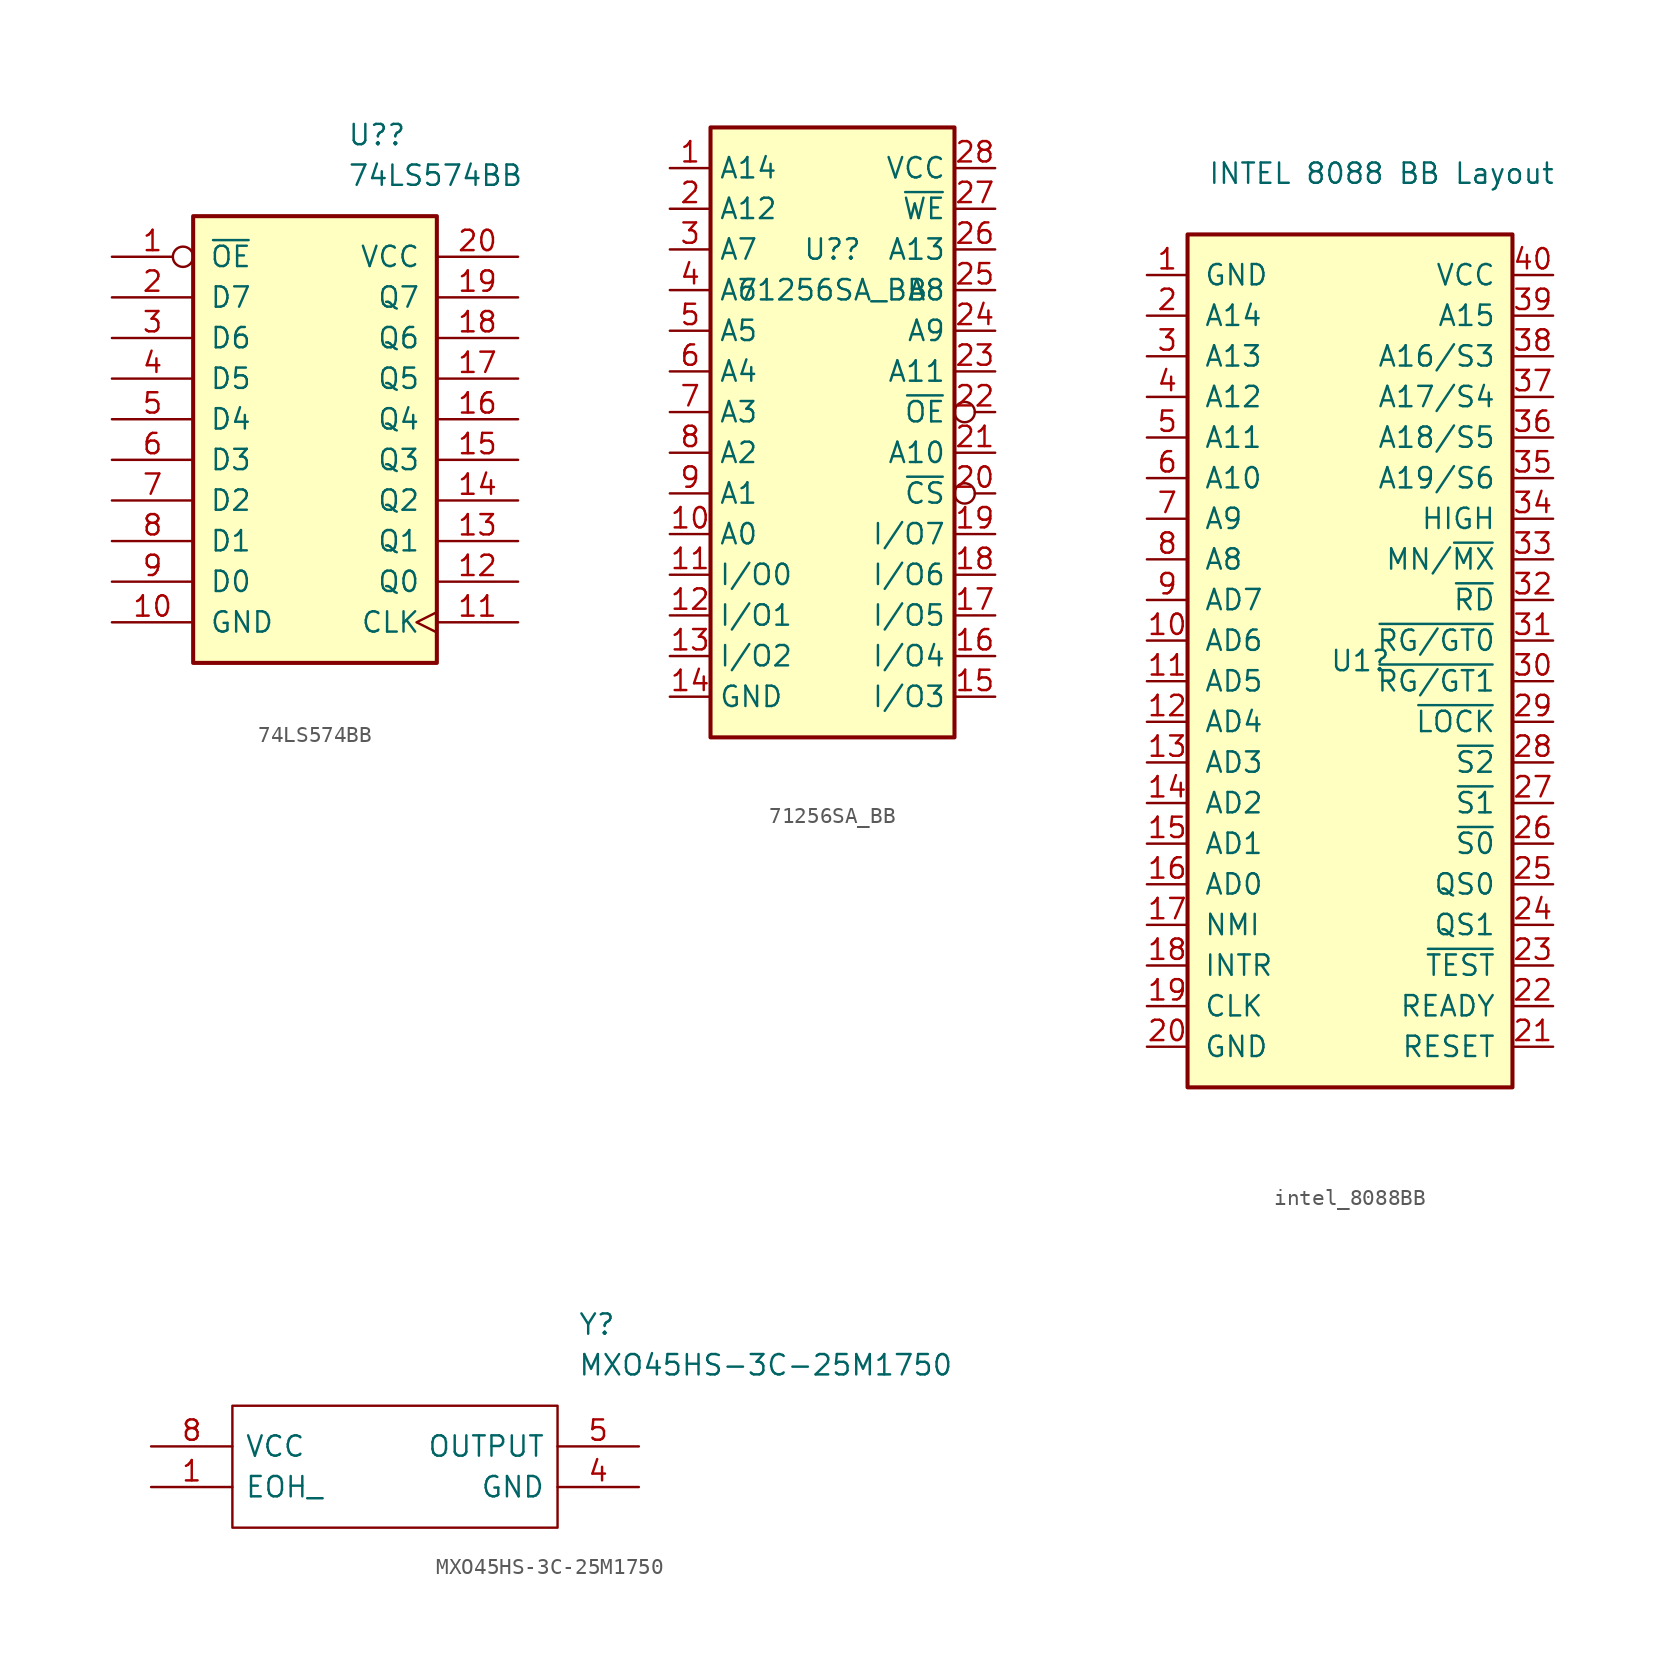
<source format=kicad_sym>
(kicad_symbol_lib
  (version 20231120)
  (generator "kicad_symbol_editor")
  (generator_version "8.0")
  (symbol "74LS574BB"
    (pin_names
      (offset 1.016))
    (property "Reference" "U?"
      (at 2.019 20.32 0)
      (effects (font (size 1.27 1.27)) (justify left)))
    (property "Value" "74LS574BB"
      (at 2.019 17.78 0)
      (effects (font (size 1.27 1.27)) (justify left)))
    (property "ki_locked" ""
      (at 0 0 0)
      (effects (font (size 1.27 1.27))))
    (symbol "74LS574BB_1_0"
      (pin input inverted (at -12.7 12.7 0) (length 5.08) (name "~{OE}" (effects (font (size 1.27 1.27)))) (number "1" (effects (font (size 1.27 1.27)))))
      (pin power_in line (at -12.7 -10.16 0) (length 5.08) (name "GND" (effects (font (size 1.27 1.27)))) (number "10" (effects (font (size 1.27 1.27)))))
      (pin input clock (at 12.7 -10.16 180) (length 5.08) (name "CLK" (effects (font (size 1.27 1.27)))) (number "11" (effects (font (size 1.27 1.27)))))
      (pin tri_state line (at 12.7 -7.62 180) (length 5.08) (name "Q0" (effects (font (size 1.27 1.27)))) (number "12" (effects (font (size 1.27 1.27)))))
      (pin tri_state line (at 12.7 -5.08 180) (length 5.08) (name "Q1" (effects (font (size 1.27 1.27)))) (number "13" (effects (font (size 1.27 1.27)))))
      (pin tri_state line (at 12.7 -2.54 180) (length 5.08) (name "Q2" (effects (font (size 1.27 1.27)))) (number "14" (effects (font (size 1.27 1.27)))))
      (pin tri_state line (at 12.7 0 180) (length 5.08) (name "Q3" (effects (font (size 1.27 1.27)))) (number "15" (effects (font (size 1.27 1.27)))))
      (pin tri_state line (at 12.7 2.54 180) (length 5.08) (name "Q4" (effects (font (size 1.27 1.27)))) (number "16" (effects (font (size 1.27 1.27)))))
      (pin tri_state line (at 12.7 5.08 180) (length 5.08) (name "Q5" (effects (font (size 1.27 1.27)))) (number "17" (effects (font (size 1.27 1.27)))))
      (pin tri_state line (at 12.7 7.62 180) (length 5.08) (name "Q6" (effects (font (size 1.27 1.27)))) (number "18" (effects (font (size 1.27 1.27)))))
      (pin tri_state line (at 12.7 10.16 180) (length 5.08) (name "Q7" (effects (font (size 1.27 1.27)))) (number "19" (effects (font (size 1.27 1.27)))))
      (pin input line (at -12.7 10.16 0) (length 5.08) (name "D7" (effects (font (size 1.27 1.27)))) (number "2" (effects (font (size 1.27 1.27)))))
      (pin power_in line (at 12.7 12.7 180) (length 5.08) (name "VCC" (effects (font (size 1.27 1.27)))) (number "20" (effects (font (size 1.27 1.27)))))
      (pin input line (at -12.7 7.62 0) (length 5.08) (name "D6" (effects (font (size 1.27 1.27)))) (number "3" (effects (font (size 1.27 1.27)))))
      (pin input line (at -12.7 5.08 0) (length 5.08) (name "D5" (effects (font (size 1.27 1.27)))) (number "4" (effects (font (size 1.27 1.27)))))
      (pin input line (at -12.7 2.54 0) (length 5.08) (name "D4" (effects (font (size 1.27 1.27)))) (number "5" (effects (font (size 1.27 1.27)))))
      (pin input line (at -12.7 0 0) (length 5.08) (name "D3" (effects (font (size 1.27 1.27)))) (number "6" (effects (font (size 1.27 1.27)))))
      (pin input line (at -12.7 -2.54 0) (length 5.08) (name "D2" (effects (font (size 1.27 1.27)))) (number "7" (effects (font (size 1.27 1.27)))))
      (pin input line (at -12.7 -5.08 0) (length 5.08) (name "D1" (effects (font (size 1.27 1.27)))) (number "8" (effects (font (size 1.27 1.27)))))
      (pin input line (at -12.7 -7.62 0) (length 5.08) (name "D0" (effects (font (size 1.27 1.27)))) (number "9" (effects (font (size 1.27 1.27))))))
    (symbol "74LS574BB_1_1"
      (rectangle (start -7.62 15.24) (end 7.62 -12.7) (stroke (width 0.254) (type default)) (fill (type background)))))
  (symbol "71256SA_BB"
    (property "Reference" "U?"
      (at 0 17.78 0)
      (effects (font (size 1.27 1.27))))
    (property "Value" "71256SA_BB"
      (at 0 15.24 0)
      (effects (font (size 1.27 1.27))))
    (symbol "71256SA_BB_1_1"
      (rectangle (start -7.62 25.4) (end 7.62 -12.7) (stroke (width 0.254) (type default)) (fill (type background)))
      (pin input line (at -10.16 22.86 0) (length 2.54) (name "A14" (effects (font (size 1.27 1.27)))) (number "1" (effects (font (size 1.27 1.27)))))
      (pin input line (at -10.16 0 0) (length 2.54) (name "A0" (effects (font (size 1.27 1.27)))) (number "10" (effects (font (size 1.27 1.27)))))
      (pin tri_state line (at -10.16 -2.54 0) (length 2.54) (name "I/O0" (effects (font (size 1.27 1.27)))) (number "11" (effects (font (size 1.27 1.27)))))
      (pin tri_state line (at -10.16 -5.08 0) (length 2.54) (name "I/O1" (effects (font (size 1.27 1.27)))) (number "12" (effects (font (size 1.27 1.27)))))
      (pin tri_state line (at -10.16 -7.62 0) (length 2.54) (name "I/O2" (effects (font (size 1.27 1.27)))) (number "13" (effects (font (size 1.27 1.27)))))
      (pin power_in line (at -10.16 -10.16 0) (length 2.54) (name "GND" (effects (font (size 1.27 1.27)))) (number "14" (effects (font (size 1.27 1.27)))))
      (pin tri_state line (at 10.16 -10.16 180) (length 2.54) (name "I/O3" (effects (font (size 1.27 1.27)))) (number "15" (effects (font (size 1.27 1.27)))))
      (pin tri_state line (at 10.16 -7.62 180) (length 2.54) (name "I/O4" (effects (font (size 1.27 1.27)))) (number "16" (effects (font (size 1.27 1.27)))))
      (pin tri_state line (at 10.16 -5.08 180) (length 2.54) (name "I/O5" (effects (font (size 1.27 1.27)))) (number "17" (effects (font (size 1.27 1.27)))))
      (pin tri_state line (at 10.16 -2.54 180) (length 2.54) (name "I/O6" (effects (font (size 1.27 1.27)))) (number "18" (effects (font (size 1.27 1.27)))))
      (pin tri_state line (at 10.16 0 180) (length 2.54) (name "I/O7" (effects (font (size 1.27 1.27)))) (number "19" (effects (font (size 1.27 1.27)))))
      (pin input line (at -10.16 20.32 0) (length 2.54) (name "A12" (effects (font (size 1.27 1.27)))) (number "2" (effects (font (size 1.27 1.27)))))
      (pin input inverted (at 10.16 2.54 180) (length 2.54) (name "~{CS}" (effects (font (size 1.27 1.27)))) (number "20" (effects (font (size 1.27 1.27)))))
      (pin input line (at 10.16 5.08 180) (length 2.54) (name "A10" (effects (font (size 1.27 1.27)))) (number "21" (effects (font (size 1.27 1.27)))))
      (pin input inverted (at 10.16 7.62 180) (length 2.54) (name "~{OE}" (effects (font (size 1.27 1.27)))) (number "22" (effects (font (size 1.27 1.27)))))
      (pin input line (at 10.16 10.16 180) (length 2.54) (name "A11" (effects (font (size 1.27 1.27)))) (number "23" (effects (font (size 1.27 1.27)))))
      (pin input line (at 10.16 12.7 180) (length 2.54) (name "A9" (effects (font (size 1.27 1.27)))) (number "24" (effects (font (size 1.27 1.27)))))
      (pin input line (at 10.16 15.24 180) (length 2.54) (name "A8" (effects (font (size 1.27 1.27)))) (number "25" (effects (font (size 1.27 1.27)))))
      (pin input line (at 10.16 17.78 180) (length 2.54) (name "A13" (effects (font (size 1.27 1.27)))) (number "26" (effects (font (size 1.27 1.27)))))
      (pin input line (at 10.16 20.32 180) (length 2.54) (name "~{WE}" (effects (font (size 1.27 1.27)))) (number "27" (effects (font (size 1.27 1.27)))))
      (pin power_in line (at 10.16 22.86 180) (length 2.54) (name "VCC" (effects (font (size 1.27 1.27)))) (number "28" (effects (font (size 1.27 1.27)))))
      (pin input line (at -10.16 17.78 0) (length 2.54) (name "A7" (effects (font (size 1.27 1.27)))) (number "3" (effects (font (size 1.27 1.27)))))
      (pin input line (at -10.16 15.24 0) (length 2.54) (name "A6" (effects (font (size 1.27 1.27)))) (number "4" (effects (font (size 1.27 1.27)))))
      (pin input line (at -10.16 12.7 0) (length 2.54) (name "A5" (effects (font (size 1.27 1.27)))) (number "5" (effects (font (size 1.27 1.27)))))
      (pin input line (at -10.16 10.16 0) (length 2.54) (name "A4" (effects (font (size 1.27 1.27)))) (number "6" (effects (font (size 1.27 1.27)))))
      (pin input line (at -10.16 7.62 0) (length 2.54) (name "A3" (effects (font (size 1.27 1.27)))) (number "7" (effects (font (size 1.27 1.27)))))
      (pin input line (at -10.16 5.08 0) (length 2.54) (name "A2" (effects (font (size 1.27 1.27)))) (number "8" (effects (font (size 1.27 1.27)))))
      (pin input line (at -10.16 2.54 0) (length 2.54) (name "A1" (effects (font (size 1.27 1.27)))) (number "9" (effects (font (size 1.27 1.27)))))))
  (symbol "intel_8088BB"
    (pin_names
      (offset 1.016))
    (property "Reference" "U1"
      (at -1.27 1.27 0)
      (effects (font (size 1.27 1.27)) (justify left)))
    (property "Value" "INTEL 8088 BB Layout"
      (at -8.89 31.75 0)
      (effects (font (size 1.27 1.27)) (justify left)))
    (symbol "intel_8088BB_0_1"
      (rectangle (start -10.16 27.94) (end 10.16 -25.4) (stroke (width 0.254) (type default)) (fill (type background))))
    (symbol "intel_8088BB_1_1"
      (pin power_in line (at -12.7 25.4 0) (length 2.54) (name "GND" (effects (font (size 1.27 1.27)))) (number "1" (effects (font (size 1.27 1.27)))))
      (pin bidirectional line (at -12.7 2.54 0) (length 2.54) (name "AD6" (effects (font (size 1.27 1.27)))) (number "10" (effects (font (size 1.27 1.27)))))
      (pin bidirectional line (at -12.7 0 0) (length 2.54) (name "AD5" (effects (font (size 1.27 1.27)))) (number "11" (effects (font (size 1.27 1.27)))))
      (pin bidirectional line (at -12.7 -2.54 0) (length 2.54) (name "AD4" (effects (font (size 1.27 1.27)))) (number "12" (effects (font (size 1.27 1.27)))))
      (pin bidirectional line (at -12.7 -5.08 0) (length 2.54) (name "AD3" (effects (font (size 1.27 1.27)))) (number "13" (effects (font (size 1.27 1.27)))))
      (pin bidirectional line (at -12.7 -7.62 0) (length 2.54) (name "AD2" (effects (font (size 1.27 1.27)))) (number "14" (effects (font (size 1.27 1.27)))))
      (pin bidirectional line (at -12.7 -10.16 0) (length 2.54) (name "AD1" (effects (font (size 1.27 1.27)))) (number "15" (effects (font (size 1.27 1.27)))))
      (pin bidirectional line (at -12.7 -12.7 0) (length 2.54) (name "AD0" (effects (font (size 1.27 1.27)))) (number "16" (effects (font (size 1.27 1.27)))))
      (pin input line (at -12.7 -15.24 0) (length 2.54) (name "NMI" (effects (font (size 1.27 1.27)))) (number "17" (effects (font (size 1.27 1.27)))))
      (pin input line (at -12.7 -17.78 0) (length 2.54) (name "INTR" (effects (font (size 1.27 1.27)))) (number "18" (effects (font (size 1.27 1.27)))))
      (pin input line (at -12.7 -20.32 0) (length 2.54) (name "CLK" (effects (font (size 1.27 1.27)))) (number "19" (effects (font (size 1.27 1.27)))))
      (pin output line (at -12.7 22.86 0) (length 2.54) (name "A14" (effects (font (size 1.27 1.27)))) (number "2" (effects (font (size 1.27 1.27)))))
      (pin power_in line (at -12.7 -22.86 0) (length 2.54) (name "GND" (effects (font (size 1.27 1.27)))) (number "20" (effects (font (size 1.27 1.27)))))
      (pin input line (at 12.7 -22.86 180) (length 2.54) (name "RESET" (effects (font (size 1.27 1.27)))) (number "21" (effects (font (size 1.27 1.27)))))
      (pin input line (at 12.7 -20.32 180) (length 2.54) (name "READY" (effects (font (size 1.27 1.27)))) (number "22" (effects (font (size 1.27 1.27)))))
      (pin input line (at 12.7 -17.78 180) (length 2.54) (name "~{TEST}" (effects (font (size 1.27 1.27)))) (number "23" (effects (font (size 1.27 1.27)))))
      (pin output line (at 12.7 -15.24 180) (length 2.54) (name "QS1" (effects (font (size 1.27 1.27)))) (number "24" (effects (font (size 1.27 1.27)))))
      (pin output line (at 12.7 -12.7 180) (length 2.54) (name "QS0" (effects (font (size 1.27 1.27)))) (number "25" (effects (font (size 1.27 1.27)))))
      (pin output line (at 12.7 -10.16 180) (length 2.54) (name "~{S0}" (effects (font (size 1.27 1.27)))) (number "26" (effects (font (size 1.27 1.27)))))
      (pin output line (at 12.7 -7.62 180) (length 2.54) (name "~{S1}" (effects (font (size 1.27 1.27)))) (number "27" (effects (font (size 1.27 1.27)))))
      (pin output line (at 12.7 -5.08 180) (length 2.54) (name "~{S2}" (effects (font (size 1.27 1.27)))) (number "28" (effects (font (size 1.27 1.27)))))
      (pin output line (at 12.7 -2.54 180) (length 2.54) (name "~{LOCK}" (effects (font (size 1.27 1.27)))) (number "29" (effects (font (size 1.27 1.27)))))
      (pin output line (at -12.7 20.32 0) (length 2.54) (name "A13" (effects (font (size 1.27 1.27)))) (number "3" (effects (font (size 1.27 1.27)))))
      (pin bidirectional line (at 12.7 0 180) (length 2.54) (name "~{RG/GT1}" (effects (font (size 1.27 1.27)))) (number "30" (effects (font (size 1.27 1.27)))))
      (pin bidirectional line (at 12.7 2.54 180) (length 2.54) (name "~{RG/GT0}" (effects (font (size 1.27 1.27)))) (number "31" (effects (font (size 1.27 1.27)))))
      (pin output line (at 12.7 5.08 180) (length 2.54) (name "~{RD}" (effects (font (size 1.27 1.27)))) (number "32" (effects (font (size 1.27 1.27)))))
      (pin input line (at 12.7 7.62 180) (length 2.54) (name "MN/~{MX}" (effects (font (size 1.27 1.27)))) (number "33" (effects (font (size 1.27 1.27)))))
      (pin output line (at 12.7 10.16 180) (length 2.54) (name "HIGH" (effects (font (size 1.27 1.27)))) (number "34" (effects (font (size 1.27 1.27)))))
      (pin output line (at 12.7 12.7 180) (length 2.54) (name "A19/S6" (effects (font (size 1.27 1.27)))) (number "35" (effects (font (size 1.27 1.27)))))
      (pin output line (at 12.7 15.24 180) (length 2.54) (name "A18/S5" (effects (font (size 1.27 1.27)))) (number "36" (effects (font (size 1.27 1.27)))))
      (pin output line (at 12.7 17.78 180) (length 2.54) (name "A17/S4" (effects (font (size 1.27 1.27)))) (number "37" (effects (font (size 1.27 1.27)))))
      (pin output line (at 12.7 20.32 180) (length 2.54) (name "A16/S3" (effects (font (size 1.27 1.27)))) (number "38" (effects (font (size 1.27 1.27)))))
      (pin output line (at 12.7 22.86 180) (length 2.54) (name "A15" (effects (font (size 1.27 1.27)))) (number "39" (effects (font (size 1.27 1.27)))))
      (pin output line (at -12.7 17.78 0) (length 2.54) (name "A12" (effects (font (size 1.27 1.27)))) (number "4" (effects (font (size 1.27 1.27)))))
      (pin power_in line (at 12.7 25.4 180) (length 2.54) (name "VCC" (effects (font (size 1.27 1.27)))) (number "40" (effects (font (size 1.27 1.27)))))
      (pin output line (at -12.7 15.24 0) (length 2.54) (name "A11" (effects (font (size 1.27 1.27)))) (number "5" (effects (font (size 1.27 1.27)))))
      (pin output line (at -12.7 12.7 0) (length 2.54) (name "A10" (effects (font (size 1.27 1.27)))) (number "6" (effects (font (size 1.27 1.27)))))
      (pin output line (at -12.7 10.16 0) (length 2.54) (name "A9" (effects (font (size 1.27 1.27)))) (number "7" (effects (font (size 1.27 1.27)))))
      (pin output line (at -12.7 7.62 0) (length 2.54) (name "A8" (effects (font (size 1.27 1.27)))) (number "8" (effects (font (size 1.27 1.27)))))
      (pin bidirectional line (at -12.7 5.08 0) (length 2.54) (name "AD7" (effects (font (size 1.27 1.27)))) (number "9" (effects (font (size 1.27 1.27)))))))
  (symbol "MXO45HS-3C-25M1750"
    (pin_names
      (offset 0.762))
    (property "Reference" "Y"
      (at 26.67 7.62 0)
      (effects (font (size 1.27 1.27)) (justify left)))
    (property "Value" "MXO45HS-3C-25M1750"
      (at 26.67 5.08 0)
      (effects (font (size 1.27 1.27)) (justify left)))
    (symbol "MXO45HS-3C-25M1750_0_0"
      (pin passive line (at 0 -2.54 0) (length 5.08) (name "EOH_" (effects (font (size 1.27 1.27)))) (number "1" (effects (font (size 1.27 1.27)))))
      (pin passive line (at 30.48 -2.54 180) (length 5.08) (name "GND" (effects (font (size 1.27 1.27)))) (number "4" (effects (font (size 1.27 1.27)))))
      (pin passive line (at 30.48 0 180) (length 5.08) (name "OUTPUT" (effects (font (size 1.27 1.27)))) (number "5" (effects (font (size 1.27 1.27)))))
      (pin passive line (at 0 0 0) (length 5.08) (name "VCC" (effects (font (size 1.27 1.27)))) (number "8" (effects (font (size 1.27 1.27))))))
    (symbol "MXO45HS-3C-25M1750_0_1"
      (polyline (pts (xy 5.08 2.54) (xy 25.4 2.54) (xy 25.4 -5.08) (xy 5.08 -5.08) (xy 5.08 2.54)) (stroke (width 0.152) (type default)) (fill (type none))))))
</source>
